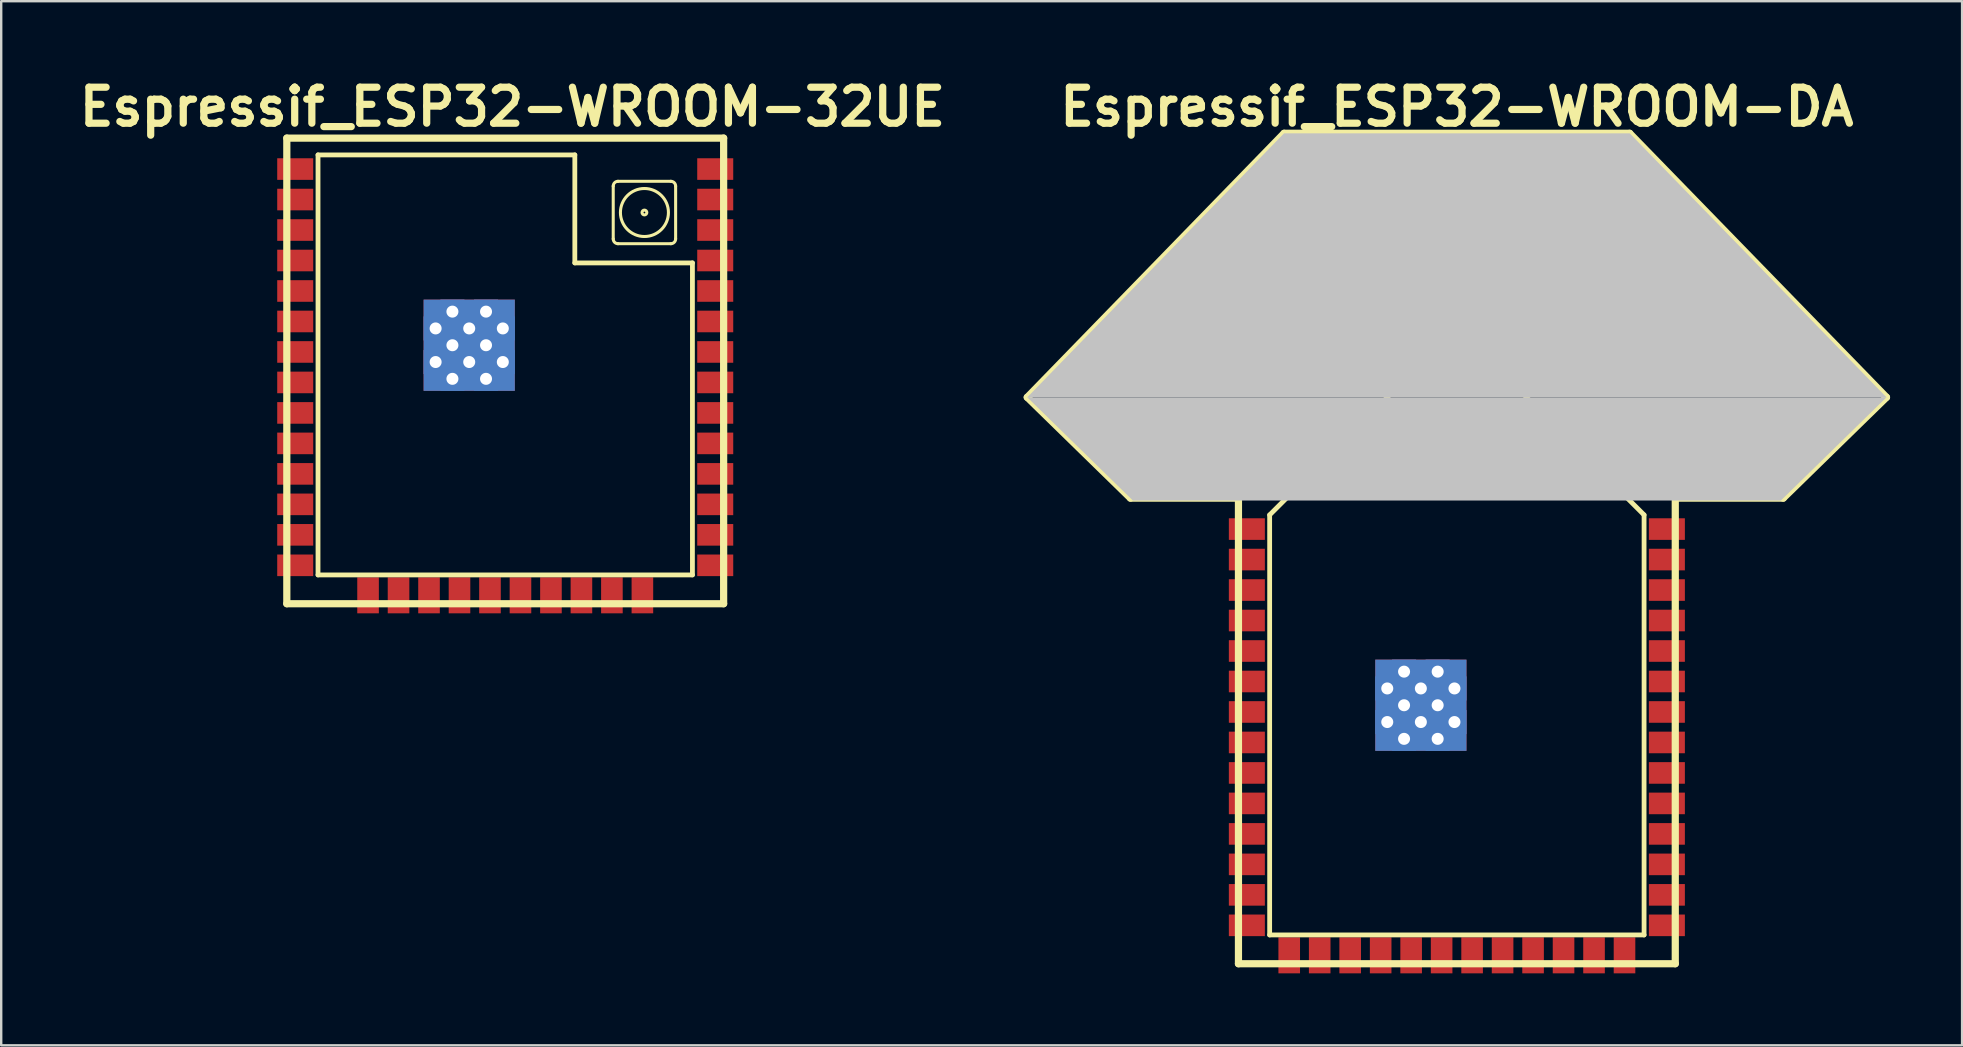
<source format=kicad_pcb>
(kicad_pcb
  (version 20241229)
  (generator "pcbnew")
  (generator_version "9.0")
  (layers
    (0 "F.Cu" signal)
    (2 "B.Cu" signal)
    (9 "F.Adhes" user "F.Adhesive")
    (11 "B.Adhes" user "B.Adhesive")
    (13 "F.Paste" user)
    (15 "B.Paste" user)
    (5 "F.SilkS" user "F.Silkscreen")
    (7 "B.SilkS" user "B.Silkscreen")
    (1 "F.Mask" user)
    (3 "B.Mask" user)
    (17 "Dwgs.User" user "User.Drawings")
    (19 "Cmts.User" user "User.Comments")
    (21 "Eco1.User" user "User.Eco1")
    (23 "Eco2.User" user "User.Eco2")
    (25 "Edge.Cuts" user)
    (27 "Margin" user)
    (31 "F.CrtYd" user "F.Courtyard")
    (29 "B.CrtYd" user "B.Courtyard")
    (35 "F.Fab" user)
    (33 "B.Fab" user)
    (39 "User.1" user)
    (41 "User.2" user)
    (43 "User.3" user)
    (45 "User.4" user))
  (footprint "Espressif_ESP32-WROOM-DA"
    (layer "F.Cu")
    (at 57.65 19.804)
    (property "Reference" "Espressif_ESP32-WROOM-DA" (at 0 -18.4 0) (layer "F.SilkS") (effects (font (size 1.5 1.5) (thickness 0.3))))
    (attr smd)
    (fp_line (start -17.9 -6.3) (end -7.2 -17.3) (stroke (width 0.3) (type solid)) (layer "F.SilkS"))
    (fp_line (start -13.6 -2.1) (end -17.9 -6.3) (stroke (width 0.3) (type solid)) (layer "F.SilkS"))
    (fp_line (start -9.1 -2.1) (end -13.6 -2.1) (stroke (width 0.3) (type solid)) (layer "F.SilkS"))
    (fp_line (start -9.1 17.3) (end -9.1 -2.1) (stroke (width 0.3) (type solid)) (layer "F.SilkS"))
    (fp_line (start -7.8 -1.4) (end -7.8 16.1) (stroke (width 0.2) (type solid)) (layer "F.SilkS"))
    (fp_line (start -7.2 -17.3) (end 7.2 -17.3) (stroke (width 0.3) (type solid)) (layer "F.SilkS"))
    (fp_line (start -1.5 -7.7) (end -7.8 -1.4) (stroke (width 0.2) (type solid)) (layer "F.SilkS"))
    (fp_line (start -1.5 -7.7) (end 1.5 -7.7) (stroke (width 0.2) (type solid)) (layer "F.SilkS"))
    (fp_line (start 7.8 -1.4) (end 1.5 -7.7) (stroke (width 0.2) (type solid)) (layer "F.SilkS"))
    (fp_line (start 7.8 -1.4) (end 7.8 16.1) (stroke (width 0.2) (type solid)) (layer "F.SilkS"))
    (fp_line (start 7.8 16.1) (end -7.8 16.1) (stroke (width 0.2) (type solid)) (layer "F.SilkS"))
    (fp_line (start 9.1 -2.1) (end 13.6 -2.1) (stroke (width 0.3) (type solid)) (layer "F.SilkS"))
    (fp_line (start 9.1 17.3) (end -9.1 17.3) (stroke (width 0.3) (type solid)) (layer "F.SilkS"))
    (fp_line (start 9.1 17.3) (end 9.1 -2.1) (stroke (width 0.3) (type solid)) (layer "F.SilkS"))
    (fp_line (start 13.6 -2.1) (end 17.9 -6.3) (stroke (width 0.3) (type solid)) (layer "F.SilkS"))
    (fp_line (start 17.9 -6.3) (end 7.2 -17.3) (stroke (width 0.3) (type solid)) (layer "F.SilkS"))
    (pad "" smd trapezoid (at 0 -11.8) (size 25.1 11) (rect_delta 0 10.7) (layers "Dwgs.User"))
    (pad "" smd trapezoid (at 0 -4.15) (size 31.4 4.3) (rect_delta 0 -4.4) (layers "Dwgs.User"))
    (pad "1" smd rect (at -8.75 -0.81) (size 1.5 0.9) (layers "F.Cu" "F.Mask" "F.Paste"))
    (pad "2" smd rect (at -8.75 0.46) (size 1.5 0.9) (layers "F.Cu" "F.Mask" "F.Paste"))
    (pad "3" smd rect (at -8.75 1.73) (size 1.5 0.9) (layers "F.Cu" "F.Mask" "F.Paste"))
    (pad "4" smd rect (at -8.75 3) (size 1.5 0.9) (layers "F.Cu" "F.Mask" "F.Paste"))
    (pad "5" smd rect (at -8.75 4.27) (size 1.5 0.9) (layers "F.Cu" "F.Mask" "F.Paste"))
    (pad "6" smd rect (at -8.75 5.54) (size 1.5 0.9) (layers "F.Cu" "F.Mask" "F.Paste"))
    (pad "7" smd rect (at -8.75 6.81) (size 1.5 0.9) (layers "F.Cu" "F.Mask" "F.Paste"))
    (pad "8" smd rect (at -8.75 8.08) (size 1.5 0.9) (layers "F.Cu" "F.Mask" "F.Paste"))
    (pad "9" smd rect (at -8.75 9.35) (size 1.5 0.9) (layers "F.Cu" "F.Mask" "F.Paste"))
    (pad "10" smd rect (at -8.75 10.62) (size 1.5 0.9) (layers "F.Cu" "F.Mask" "F.Paste"))
    (pad "11" smd rect (at -8.75 11.89) (size 1.5 0.9) (layers "F.Cu" "F.Mask" "F.Paste"))
    (pad "12" smd rect (at -8.75 13.16) (size 1.5 0.9) (layers "F.Cu" "F.Mask" "F.Paste"))
    (pad "13" smd rect (at -8.75 14.43) (size 1.5 0.9) (layers "F.Cu" "F.Mask" "F.Paste"))
    (pad "14" smd rect (at -8.75 15.7 180) (size 1.5 0.9) (layers "F.Cu" "F.Mask" "F.Paste"))
    (pad "15" smd rect (at -6.985 16.95 90) (size 1.5 0.9) (layers "F.Cu" "F.Mask" "F.Paste"))
    (pad "16" smd rect (at -5.715 16.95 90) (size 1.5 0.9) (layers "F.Cu" "F.Mask" "F.Paste"))
    (pad "17" smd rect (at -4.445 16.95 90) (size 1.5 0.9) (layers "F.Cu" "F.Mask" "F.Paste"))
    (pad "18" smd rect (at -3.175 16.95 90) (size 1.5 0.9) (layers "F.Cu" "F.Mask" "F.Paste"))
    (pad "19" smd rect (at -1.905 16.95 90) (size 1.5 0.9) (layers "F.Cu" "F.Mask" "F.Paste"))
    (pad "20" smd rect (at -0.635 16.95 90) (size 1.5 0.9) (layers "F.Cu" "F.Mask" "F.Paste"))
    (pad "21" smd rect (at 0.635 16.95 90) (size 1.5 0.9) (layers "F.Cu" "F.Mask" "F.Paste"))
    (pad "22" smd rect (at 1.905 16.95 90) (size 1.5 0.9) (layers "F.Cu" "F.Mask" "F.Paste"))
    (pad "23" smd rect (at 3.175 16.95 90) (size 1.5 0.9) (layers "F.Cu" "F.Mask" "F.Paste"))
    (pad "24" smd rect (at 4.445 16.95 90) (size 1.5 0.9) (layers "F.Cu" "F.Mask" "F.Paste"))
    (pad "25" smd rect (at 5.715 16.95 90) (size 1.5 0.9) (layers "F.Cu" "F.Mask" "F.Paste"))
    (pad "26" smd rect (at 6.985 16.95 90) (size 1.5 0.9) (layers "F.Cu" "F.Mask" "F.Paste"))
    (pad "27" smd rect (at 8.75 15.7) (size 1.5 0.9) (layers "F.Cu" "F.Mask" "F.Paste"))
    (pad "28" smd rect (at 8.75 14.43) (size 1.5 0.9) (layers "F.Cu" "F.Mask" "F.Paste"))
    (pad "29" smd rect (at 8.75 13.16) (size 1.5 0.9) (layers "F.Cu" "F.Mask" "F.Paste"))
    (pad "30" smd rect (at 8.75 11.89) (size 1.5 0.9) (layers "F.Cu" "F.Mask" "F.Paste"))
    (pad "31" smd rect (at 8.75 10.62) (size 1.5 0.9) (layers "F.Cu" "F.Mask" "F.Paste"))
    (pad "32" smd rect (at 8.75 9.35) (size 1.5 0.9) (layers "F.Cu" "F.Mask" "F.Paste"))
    (pad "33" smd rect (at 8.75 8.08) (size 1.5 0.9) (layers "F.Cu" "F.Mask" "F.Paste"))
    (pad "34" smd rect (at 8.75 6.81) (size 1.5 0.9) (layers "F.Cu" "F.Mask" "F.Paste"))
    (pad "35" smd rect (at 8.75 5.54) (size 1.5 0.9) (layers "F.Cu" "F.Mask" "F.Paste"))
    (pad "36" smd rect (at 8.75 4.27) (size 1.5 0.9) (layers "F.Cu" "F.Mask" "F.Paste"))
    (pad "37" smd rect (at 8.75 3) (size 1.5 0.9) (layers "F.Cu" "F.Mask" "F.Paste"))
    (pad "38" smd rect (at 8.75 1.73) (size 1.5 0.9) (layers "F.Cu" "F.Mask" "F.Paste"))
    (pad "39" smd rect (at 8.75 0.46) (size 1.5 0.9) (layers "F.Cu" "F.Mask" "F.Paste"))
    (pad "40" smd rect (at 8.75 -0.81) (size 1.5 0.9) (layers "F.Cu" "F.Mask" "F.Paste"))
    (pad "41" smd rect (at -2.9 5.13) (size 0.9 0.9) (layers "F.Cu" "F.Mask" "F.Paste"))
    (pad "41" thru_hole rect (at -2.9 5.83) (size 1 1) (drill 0.5) (layers "*.Cu"))
    (pad "41" smd rect (at -2.9 6.53) (size 0.9 0.9) (layers "F.Cu" "F.Mask" "F.Paste"))
    (pad "41" thru_hole rect (at -2.9 7.23) (size 1 1) (drill 0.5) (layers "*.Cu"))
    (pad "41" smd rect (at -2.9 7.93) (size 0.9 0.9) (layers "F.Cu" "F.Mask" "F.Paste"))
    (pad "41" thru_hole rect (at -2.2 5.13) (size 1 1) (drill 0.5) (layers "*.Cu"))
    (pad "41" thru_hole rect (at -2.2 6.53) (size 1 1) (drill 0.5) (layers "*.Cu"))
    (pad "41" thru_hole rect (at -2.2 7.93) (size 1 1) (drill 0.5) (layers "*.Cu"))
    (pad "41" smd rect (at -1.5 5.13) (size 0.9 0.9) (layers "F.Cu" "F.Mask" "F.Paste"))
    (pad "41" thru_hole rect (at -1.5 5.83) (size 1 1) (drill 0.5) (layers "*.Cu"))
    (pad "41" smd rect (at -1.5 6.53) (size 0.9 0.9) (layers "F.Cu" "F.Mask" "F.Paste"))
    (pad "41" smd rect (at -1.5 6.53) (size 3.8 3.8) (layers "F.Cu"))
    (pad "41" smd rect (at -1.5 6.53) (size 3.8 3.8) (layers "B.Cu"))
    (pad "41" thru_hole rect (at -1.5 7.23) (size 1 1) (drill 0.5) (layers "*.Cu"))
    (pad "41" smd rect (at -1.5 7.93) (size 0.9 0.9) (layers "F.Cu" "F.Mask" "F.Paste"))
    (pad "41" thru_hole rect (at -0.8 5.13) (size 1 1) (drill 0.5) (layers "*.Cu"))
    (pad "41" thru_hole rect (at -0.8 6.53) (size 1 1) (drill 0.5) (layers "*.Cu"))
    (pad "41" thru_hole rect (at -0.8 7.93) (size 1 1) (drill 0.5) (layers "*.Cu"))
    (pad "41" smd rect (at -0.1 5.13) (size 0.9 0.9) (layers "F.Cu" "F.Mask" "F.Paste"))
    (pad "41" thru_hole rect (at -0.1 5.83) (size 1 1) (drill 0.5) (layers "*.Cu"))
    (pad "41" smd rect (at -0.1 6.53) (size 0.9 0.9) (layers "F.Cu" "F.Mask" "F.Paste"))
    (pad "41" thru_hole rect (at -0.1 7.23) (size 1 1) (drill 0.5) (layers "*.Cu"))
    (pad "41" smd rect (at -0.1 7.93) (size 0.9 0.9) (layers "F.Cu" "F.Mask" "F.Paste")))
  (footprint "Espressif_ESP32-WROOM-32UE"
    (layer "F.Cu")
    (at 18 12.404)
    (property "Reference" "Espressif_ESP32-WROOM-32UE" (at 0.3 -11 0) (layer "F.SilkS") (effects (font (size 1.5 1.5) (thickness 0.3))))
    (attr smd)
    (fp_line (start -9.1 -9.7) (end 9.1 -9.7) (stroke (width 0.3) (type solid)) (layer "F.SilkS"))
    (fp_line (start -9.1 9.7) (end -9.1 -9.7) (stroke (width 0.3) (type solid)) (layer "F.SilkS"))
    (fp_line (start -7.8 -9) (end -7.8 8.5) (stroke (width 0.2) (type solid)) (layer "F.SilkS"))
    (fp_line (start 2.9 -9) (end -7.8 -9) (stroke (width 0.2) (type solid)) (layer "F.SilkS"))
    (fp_line (start 2.9 -9) (end 2.9 -4.5) (stroke (width 0.2) (type solid)) (layer "F.SilkS"))
    (fp_line (start 4.5 -5.5) (end 4.5 -7.7) (stroke (width 0.127) (type solid)) (layer "F.SilkS"))
    (fp_line (start 4.7 -7.9) (end 6.9 -7.9) (stroke (width 0.127) (type solid)) (layer "F.SilkS"))
    (fp_line (start 6.9 -5.3) (end 4.7 -5.3) (stroke (width 0.127) (type solid)) (layer "F.SilkS"))
    (fp_line (start 7.1 -7.7) (end 7.1 -5.5) (stroke (width 0.127) (type solid)) (layer "F.SilkS"))
    (fp_line (start 7.8 -4.5) (end 2.9 -4.5) (stroke (width 0.2) (type solid)) (layer "F.SilkS"))
    (fp_line (start 7.8 -4.5) (end 7.8 8.5) (stroke (width 0.2) (type solid)) (layer "F.SilkS"))
    (fp_line (start 7.8 8.5) (end -7.8 8.5) (stroke (width 0.2) (type solid)) (layer "F.SilkS"))
    (fp_line (start 9.1 9.7) (end -9.1 9.7) (stroke (width 0.3) (type solid)) (layer "F.SilkS"))
    (fp_line (start 9.1 9.7) (end 9.1 -9.7) (stroke (width 0.3) (type solid)) (layer "F.SilkS"))
    (fp_arc (start 4.5 -7.7) (mid 4.558579 -7.841421) (end 4.7 -7.9) (stroke (width 0.127) (type solid)) (layer "F.SilkS"))
    (fp_arc (start 4.7 -5.3) (mid 4.558579 -5.358579) (end 4.5 -5.5) (stroke (width 0.127) (type solid)) (layer "F.SilkS"))
    (fp_arc (start 6.9 -7.9) (mid 7.041421 -7.841421) (end 7.1 -7.7) (stroke (width 0.127) (type solid)) (layer "F.SilkS"))
    (fp_arc (start 7.1 -5.5) (mid 7.041421 -5.358579) (end 6.9 -5.3) (stroke (width 0.127) (type solid)) (layer "F.SilkS"))
    (fp_circle (center 5.8 -6.6) (end 4.8 -6.6) (stroke (width 0.127) (type solid)) (fill no) (layer "F.SilkS"))
    (fp_circle (center 5.8 -6.6) (end 5.7 -6.6) (stroke (width 0.127) (type solid)) (fill no) (layer "F.SilkS"))
    (pad "1" smd rect (at -8.75 -8.41) (size 1.5 0.9) (layers "F.Cu" "F.Mask" "F.Paste"))
    (pad "2" smd rect (at -8.75 -7.14) (size 1.5 0.9) (layers "F.Cu" "F.Mask" "F.Paste"))
    (pad "3" smd rect (at -8.75 -5.87) (size 1.5 0.9) (layers "F.Cu" "F.Mask" "F.Paste"))
    (pad "4" smd rect (at -8.75 -4.6) (size 1.5 0.9) (layers "F.Cu" "F.Mask" "F.Paste"))
    (pad "5" smd rect (at -8.75 -3.33) (size 1.5 0.9) (layers "F.Cu" "F.Mask" "F.Paste"))
    (pad "6" smd rect (at -8.75 -2.06) (size 1.5 0.9) (layers "F.Cu" "F.Mask" "F.Paste"))
    (pad "7" smd rect (at -8.75 -0.79) (size 1.5 0.9) (layers "F.Cu" "F.Mask" "F.Paste"))
    (pad "8" smd rect (at -8.75 0.48) (size 1.5 0.9) (layers "F.Cu" "F.Mask" "F.Paste"))
    (pad "9" smd rect (at -8.75 1.75) (size 1.5 0.9) (layers "F.Cu" "F.Mask" "F.Paste"))
    (pad "10" smd rect (at -8.75 3.02) (size 1.5 0.9) (layers "F.Cu" "F.Mask" "F.Paste"))
    (pad "11" smd rect (at -8.75 4.29) (size 1.5 0.9) (layers "F.Cu" "F.Mask" "F.Paste"))
    (pad "12" smd rect (at -8.75 5.56) (size 1.5 0.9) (layers "F.Cu" "F.Mask" "F.Paste"))
    (pad "13" smd rect (at -8.75 6.83) (size 1.5 0.9) (layers "F.Cu" "F.Mask" "F.Paste"))
    (pad "14" smd rect (at -8.75 8.1 180) (size 1.5 0.9) (layers "F.Cu" "F.Mask" "F.Paste"))
    (pad "15" smd rect (at -5.715 9.35 90) (size 1.5 0.9) (layers "F.Cu" "F.Mask" "F.Paste"))
    (pad "16" smd rect (at -4.445 9.35 90) (size 1.5 0.9) (layers "F.Cu" "F.Mask" "F.Paste"))
    (pad "17" smd rect (at -3.175 9.35 90) (size 1.5 0.9) (layers "F.Cu" "F.Mask" "F.Paste"))
    (pad "18" smd rect (at -1.905 9.35 90) (size 1.5 0.9) (layers "F.Cu" "F.Mask" "F.Paste"))
    (pad "19" smd rect (at -0.635 9.35 90) (size 1.5 0.9) (layers "F.Cu" "F.Mask" "F.Paste"))
    (pad "20" smd rect (at 0.635 9.35 90) (size 1.5 0.9) (layers "F.Cu" "F.Mask" "F.Paste"))
    (pad "21" smd rect (at 1.905 9.35 90) (size 1.5 0.9) (layers "F.Cu" "F.Mask" "F.Paste"))
    (pad "22" smd rect (at 3.175 9.35 90) (size 1.5 0.9) (layers "F.Cu" "F.Mask" "F.Paste"))
    (pad "23" smd rect (at 4.445 9.35 90) (size 1.5 0.9) (layers "F.Cu" "F.Mask" "F.Paste"))
    (pad "24" smd rect (at 5.715 9.35 90) (size 1.5 0.9) (layers "F.Cu" "F.Mask" "F.Paste"))
    (pad "25" smd rect (at 8.75 8.1) (size 1.5 0.9) (layers "F.Cu" "F.Mask" "F.Paste"))
    (pad "26" smd rect (at 8.75 6.83) (size 1.5 0.9) (layers "F.Cu" "F.Mask" "F.Paste"))
    (pad "27" smd rect (at 8.75 5.56) (size 1.5 0.9) (layers "F.Cu" "F.Mask" "F.Paste"))
    (pad "28" smd rect (at 8.75 4.29) (size 1.5 0.9) (layers "F.Cu" "F.Mask" "F.Paste"))
    (pad "29" smd rect (at 8.75 3.02) (size 1.5 0.9) (layers "F.Cu" "F.Mask" "F.Paste"))
    (pad "30" smd rect (at 8.75 1.75) (size 1.5 0.9) (layers "F.Cu" "F.Mask" "F.Paste"))
    (pad "31" smd rect (at 8.75 0.48) (size 1.5 0.9) (layers "F.Cu" "F.Mask" "F.Paste"))
    (pad "32" smd rect (at 8.75 -0.79) (size 1.5 0.9) (layers "F.Cu" "F.Mask" "F.Paste"))
    (pad "33" smd rect (at 8.75 -2.06) (size 1.5 0.9) (layers "F.Cu" "F.Mask" "F.Paste"))
    (pad "34" smd rect (at 8.75 -3.33) (size 1.5 0.9) (layers "F.Cu" "F.Mask" "F.Paste"))
    (pad "35" smd rect (at 8.75 -4.6) (size 1.5 0.9) (layers "F.Cu" "F.Mask" "F.Paste"))
    (pad "36" smd rect (at 8.75 -5.87) (size 1.5 0.9) (layers "F.Cu" "F.Mask" "F.Paste"))
    (pad "37" smd rect (at 8.75 -7.14) (size 1.5 0.9) (layers "F.Cu" "F.Mask" "F.Paste"))
    (pad "38" smd rect (at 8.75 -8.41) (size 1.5 0.9) (layers "F.Cu" "F.Mask" "F.Paste"))
    (pad "39" smd rect (at -2.9 -2.47) (size 0.9 0.9) (layers "F.Cu" "F.Mask" "F.Paste"))
    (pad "39" thru_hole rect (at -2.9 -1.77) (size 1 1) (drill 0.5) (layers "*.Cu"))
    (pad "39" smd rect (at -2.9 -1.07) (size 0.9 0.9) (layers "F.Cu" "F.Mask" "F.Paste"))
    (pad "39" thru_hole rect (at -2.9 -0.37) (size 1 1) (drill 0.5) (layers "*.Cu"))
    (pad "39" smd rect (at -2.9 0.33) (size 0.9 0.9) (layers "F.Cu" "F.Mask" "F.Paste"))
    (pad "39" thru_hole rect (at -2.2 -2.47) (size 1 1) (drill 0.5) (layers "*.Cu"))
    (pad "39" thru_hole rect (at -2.2 -1.07) (size 1 1) (drill 0.5) (layers "*.Cu"))
    (pad "39" thru_hole rect (at -2.2 0.33) (size 1 1) (drill 0.5) (layers "*.Cu"))
    (pad "39" smd rect (at -1.5 -2.47) (size 0.9 0.9) (layers "F.Cu" "F.Mask" "F.Paste"))
    (pad "39" thru_hole rect (at -1.5 -1.77) (size 1 1) (drill 0.5) (layers "*.Cu"))
    (pad "39" smd rect (at -1.5 -1.07) (size 0.9 0.9) (layers "F.Cu" "F.Mask" "F.Paste"))
    (pad "39" smd rect (at -1.5 -1.07) (size 3.8 3.8) (layers "F.Cu"))
    (pad "39" smd rect (at -1.5 -1.07) (size 3.8 3.8) (layers "B.Cu"))
    (pad "39" thru_hole rect (at -1.5 -0.37) (size 1 1) (drill 0.5) (layers "*.Cu"))
    (pad "39" smd rect (at -1.5 0.33) (size 0.9 0.9) (layers "F.Cu" "F.Mask" "F.Paste"))
    (pad "39" thru_hole rect (at -0.8 -2.47) (size 1 1) (drill 0.5) (layers "*.Cu"))
    (pad "39" thru_hole rect (at -0.8 -1.07) (size 1 1) (drill 0.5) (layers "*.Cu"))
    (pad "39" thru_hole rect (at -0.8 0.33) (size 1 1) (drill 0.5) (layers "*.Cu"))
    (pad "39" smd rect (at -0.1 -2.47) (size 0.9 0.9) (layers "F.Cu" "F.Mask" "F.Paste"))
    (pad "39" thru_hole rect (at -0.1 -1.77) (size 1 1) (drill 0.5) (layers "*.Cu"))
    (pad "39" smd rect (at -0.1 -1.07) (size 0.9 0.9) (layers "F.Cu" "F.Mask" "F.Paste"))
    (pad "39" thru_hole rect (at -0.1 -0.37) (size 1 1) (drill 0.5) (layers "*.Cu"))
    (pad "39" smd rect (at -0.1 0.33) (size 0.9 0.9) (layers "F.Cu" "F.Mask" "F.Paste")))
  (gr_rect
    (start -3 -3)
    (end 78.7 40.504)
    (stroke (width 0.1) (type default))
    (fill no)
    (layer "Edge.Cuts")))
</source>
